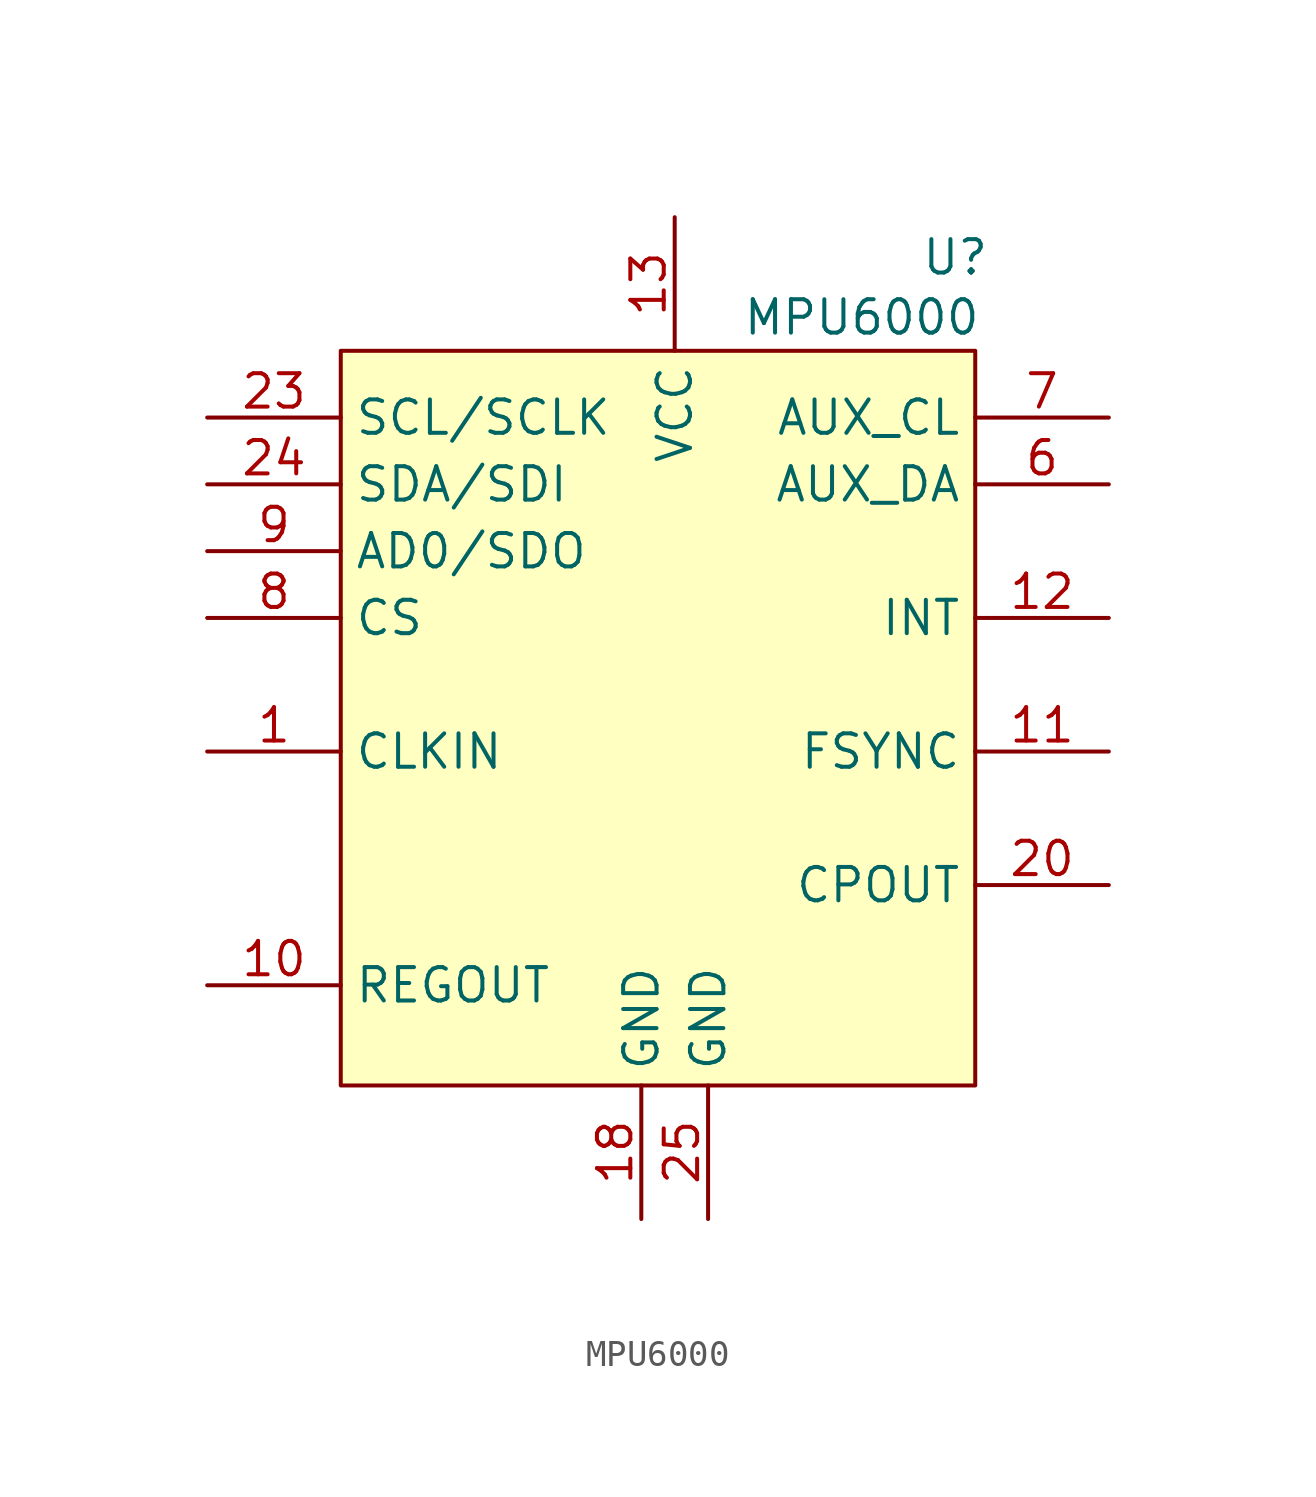
<source format=kicad_sym>
(kicad_symbol_lib
  (version 20231120)
  (generator "kicad_symbol_editor")
  (generator_version "8.0")
  (symbol "MPU6000"
    (property "Reference" "U"
      (at 23.368 31.496 0)
      (effects (font (size 1.27 1.27))))
    (property "Value" "MPU6000"
      (at 19.812 29.21 0)
      (effects (font (size 1.27 1.27))))
    (symbol "MPU6000_1_1"
      (rectangle (start 0 27.94) (end 24.13 0) (stroke (width 0) (type default)) (fill (type background)))
      (pin input line (at -5.08 12.7 0) (length 5.08) (name "CLKIN" (effects (font (size 1.27 1.27)))) (number "1" (effects (font (size 1.27 1.27)))))
      (pin input line (at -5.08 3.81 0) (length 5.08) (name "REGOUT" (effects (font (size 1.27 1.27)))) (number "10" (effects (font (size 1.27 1.27)))))
      (pin input line (at 29.21 12.7 180) (length 5.08) (name "FSYNC" (effects (font (size 1.27 1.27)))) (number "11" (effects (font (size 1.27 1.27)))))
      (pin input line (at 29.21 17.78 180) (length 5.08) (name "INT" (effects (font (size 1.27 1.27)))) (number "12" (effects (font (size 1.27 1.27)))))
      (pin input line (at 12.7 33.02 270) (length 5.08) (name "VCC" (effects (font (size 1.27 1.27)))) (number "13" (effects (font (size 1.27 1.27)))))
      (pin input line (at 11.43 -5.08 90) (length 5.08) (name "GND" (effects (font (size 1.27 1.27)))) (number "18" (effects (font (size 1.27 1.27)))))
      (pin input line (at 29.21 7.62 180) (length 5.08) (name "CPOUT" (effects (font (size 1.27 1.27)))) (number "20" (effects (font (size 1.27 1.27)))))
      (pin input line (at -5.08 25.4 0) (length 5.08) (name "SCL/SCLK" (effects (font (size 1.27 1.27)))) (number "23" (effects (font (size 1.27 1.27)))))
      (pin input line (at -5.08 22.86 0) (length 5.08) (name "SDA/SDI" (effects (font (size 1.27 1.27)))) (number "24" (effects (font (size 1.27 1.27)))))
      (pin input line (at 13.97 -5.08 90) (length 5.08) (name "GND" (effects (font (size 1.27 1.27)))) (number "25" (effects (font (size 1.27 1.27)))))
      (pin input line (at 29.21 22.86 180) (length 5.08) (name "AUX_DA" (effects (font (size 1.27 1.27)))) (number "6" (effects (font (size 1.27 1.27)))))
      (pin input line (at 29.21 25.4 180) (length 5.08) (name "AUX_CL" (effects (font (size 1.27 1.27)))) (number "7" (effects (font (size 1.27 1.27)))))
      (pin input line (at -5.08 17.78 0) (length 5.08) (name "CS" (effects (font (size 1.27 1.27)))) (number "8" (effects (font (size 1.27 1.27)))))
      (pin input line (at -5.08 20.32 0) (length 5.08) (name "AD0/SDO" (effects (font (size 1.27 1.27)))) (number "9" (effects (font (size 1.27 1.27))))))))
</source>
